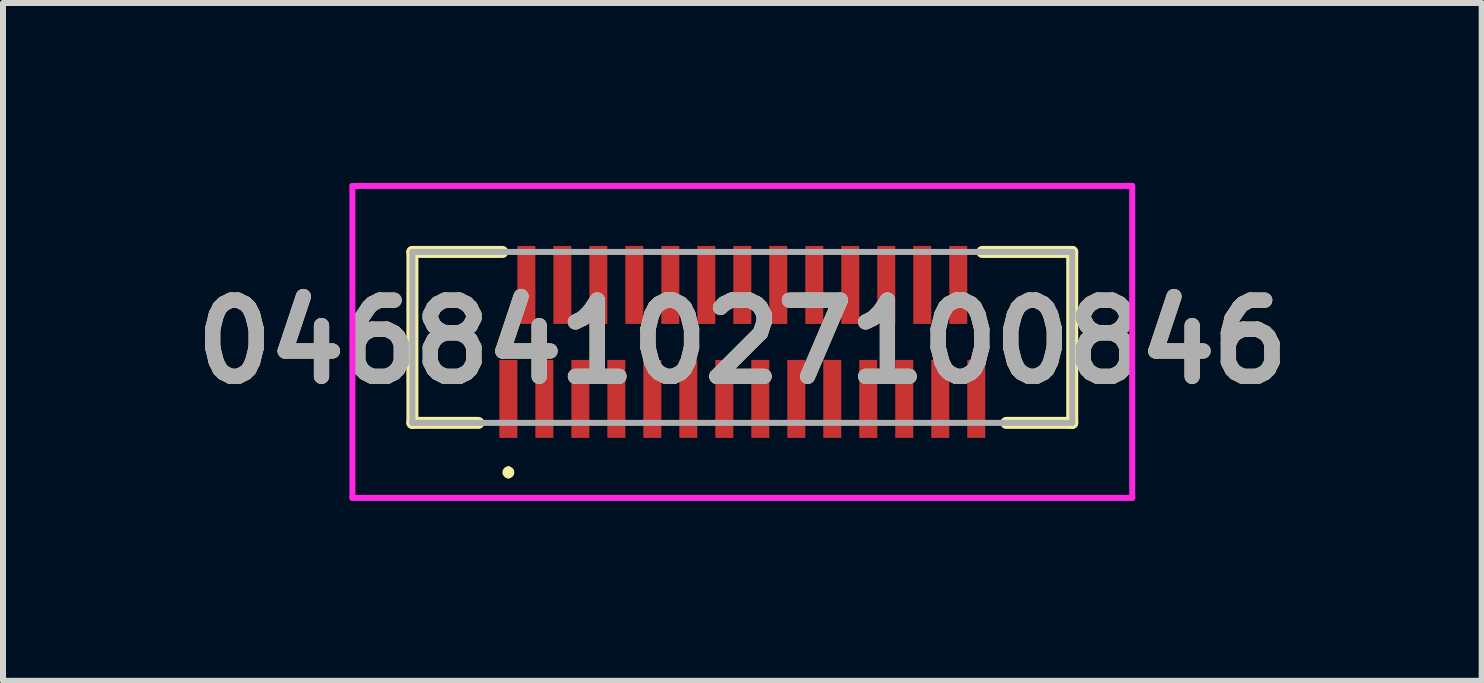
<source format=kicad_pcb>
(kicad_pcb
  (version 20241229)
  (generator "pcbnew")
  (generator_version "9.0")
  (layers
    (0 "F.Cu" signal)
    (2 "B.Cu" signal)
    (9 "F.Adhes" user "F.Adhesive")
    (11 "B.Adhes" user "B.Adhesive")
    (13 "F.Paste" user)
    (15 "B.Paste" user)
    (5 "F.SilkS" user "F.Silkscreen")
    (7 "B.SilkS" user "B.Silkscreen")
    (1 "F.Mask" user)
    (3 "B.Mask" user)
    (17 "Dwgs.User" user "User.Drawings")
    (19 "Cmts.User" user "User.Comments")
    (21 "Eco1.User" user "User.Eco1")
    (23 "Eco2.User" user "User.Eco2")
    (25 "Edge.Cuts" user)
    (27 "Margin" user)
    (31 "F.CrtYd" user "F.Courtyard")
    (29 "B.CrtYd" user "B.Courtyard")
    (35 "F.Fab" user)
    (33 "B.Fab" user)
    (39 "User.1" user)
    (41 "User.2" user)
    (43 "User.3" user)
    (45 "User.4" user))
  (footprint "046841027100846"
    (layer "F.Cu")
    (at 9.325 2.575)
    (property "Reference" "046841027100846" (at 0 0.075 0) (layer "F.SilkS") (effects (font (size 1.27 1.27) (thickness 0.254))))
    (attr smd)
    (fp_line (start -5.5 -1.425) (end -4 -1.425) (stroke (width 0.2) (type solid)) (layer "F.SilkS"))
    (fp_line (start -5.5 1.425) (end -5.5 -1.425) (stroke (width 0.2) (type solid)) (layer "F.SilkS"))
    (fp_line (start -4.4 1.425) (end -5.5 1.425) (stroke (width 0.2) (type solid)) (layer "F.SilkS"))
    (fp_line (start -3.9 2.2) (end -3.9 2.2) (stroke (width 0.1) (type solid)) (layer "F.SilkS"))
    (fp_line (start -3.9 2.3) (end -3.9 2.3) (stroke (width 0.1) (type solid)) (layer "F.SilkS"))
    (fp_line (start 4 -1.425) (end 5.5 -1.425) (stroke (width 0.2) (type solid)) (layer "F.SilkS"))
    (fp_line (start 5.5 -1.425) (end 5.5 1.425) (stroke (width 0.2) (type solid)) (layer "F.SilkS"))
    (fp_line (start 5.5 1.425) (end 4.4 1.425) (stroke (width 0.2) (type solid)) (layer "F.SilkS"))
    (fp_arc (start -3.9 2.2) (mid -3.85 2.25) (end -3.9 2.3) (stroke (width 0.1) (type solid)) (layer "F.SilkS"))
    (fp_arc (start -3.9 2.3) (mid -3.95 2.25) (end -3.9 2.2) (stroke (width 0.1) (type solid)) (layer "F.SilkS"))
    (fp_line (start -6.5 -2.525) (end 6.5 -2.525) (stroke (width 0.1) (type solid)) (layer "F.CrtYd"))
    (fp_line (start -6.5 2.675) (end -6.5 -2.525) (stroke (width 0.1) (type solid)) (layer "F.CrtYd"))
    (fp_line (start 6.5 -2.525) (end 6.5 2.675) (stroke (width 0.1) (type solid)) (layer "F.CrtYd"))
    (fp_line (start 6.5 2.675) (end -6.5 2.675) (stroke (width 0.1) (type solid)) (layer "F.CrtYd"))
    (fp_line (start -5.5 -1.425) (end 5.5 -1.425) (stroke (width 0.1) (type solid)) (layer "F.Fab"))
    (fp_line (start -5.5 1.425) (end -5.5 -1.425) (stroke (width 0.1) (type solid)) (layer "F.Fab"))
    (fp_line (start 5.5 -1.425) (end 5.5 1.425) (stroke (width 0.1) (type solid)) (layer "F.Fab"))
    (fp_line (start 5.5 1.425) (end -5.5 1.425) (stroke (width 0.1) (type solid)) (layer "F.Fab"))
    (fp_text user "${REFERENCE}" (at 0 0.075 0) (layer "F.Fab") (effects (font (size 1.27 1.27) (thickness 0.254))))
    (pad "1" smd rect (at -3.9 1.025) (size 0.3 1.3) (layers "F.Cu" "F.Mask" "F.Paste"))
    (pad "2" smd rect (at -3.6 -0.875) (size 0.3 1.3) (layers "F.Cu" "F.Mask" "F.Paste"))
    (pad "3" smd rect (at -3.3 1.025) (size 0.3 1.3) (layers "F.Cu" "F.Mask" "F.Paste"))
    (pad "4" smd rect (at -3 -0.875) (size 0.3 1.3) (layers "F.Cu" "F.Mask" "F.Paste"))
    (pad "5" smd rect (at -2.7 1.025) (size 0.3 1.3) (layers "F.Cu" "F.Mask" "F.Paste"))
    (pad "6" smd rect (at -2.4 -0.875) (size 0.3 1.3) (layers "F.Cu" "F.Mask" "F.Paste"))
    (pad "7" smd rect (at -2.1 1.025) (size 0.3 1.3) (layers "F.Cu" "F.Mask" "F.Paste"))
    (pad "8" smd rect (at -1.8 -0.875) (size 0.3 1.3) (layers "F.Cu" "F.Mask" "F.Paste"))
    (pad "9" smd rect (at -1.5 1.025) (size 0.3 1.3) (layers "F.Cu" "F.Mask" "F.Paste"))
    (pad "10" smd rect (at -1.2 -0.875) (size 0.3 1.3) (layers "F.Cu" "F.Mask" "F.Paste"))
    (pad "11" smd rect (at -0.9 1.025) (size 0.3 1.3) (layers "F.Cu" "F.Mask" "F.Paste"))
    (pad "12" smd rect (at -0.6 -0.875) (size 0.3 1.3) (layers "F.Cu" "F.Mask" "F.Paste"))
    (pad "13" smd rect (at -0.3 1.025) (size 0.3 1.3) (layers "F.Cu" "F.Mask" "F.Paste"))
    (pad "14" smd rect (at 0 -0.875) (size 0.3 1.3) (layers "F.Cu" "F.Mask" "F.Paste"))
    (pad "15" smd rect (at 0.3 1.025) (size 0.3 1.3) (layers "F.Cu" "F.Mask" "F.Paste"))
    (pad "16" smd rect (at 0.6 -0.875) (size 0.3 1.3) (layers "F.Cu" "F.Mask" "F.Paste"))
    (pad "17" smd rect (at 0.9 1.025) (size 0.3 1.3) (layers "F.Cu" "F.Mask" "F.Paste"))
    (pad "18" smd rect (at 1.2 -0.875) (size 0.3 1.3) (layers "F.Cu" "F.Mask" "F.Paste"))
    (pad "19" smd rect (at 1.5 1.025) (size 0.3 1.3) (layers "F.Cu" "F.Mask" "F.Paste"))
    (pad "20" smd rect (at 1.8 -0.875) (size 0.3 1.3) (layers "F.Cu" "F.Mask" "F.Paste"))
    (pad "21" smd rect (at 2.1 1.025) (size 0.3 1.3) (layers "F.Cu" "F.Mask" "F.Paste"))
    (pad "22" smd rect (at 2.4 -0.875) (size 0.3 1.3) (layers "F.Cu" "F.Mask" "F.Paste"))
    (pad "23" smd rect (at 2.7 1.025) (size 0.3 1.3) (layers "F.Cu" "F.Mask" "F.Paste"))
    (pad "24" smd rect (at 3 -0.875) (size 0.3 1.3) (layers "F.Cu" "F.Mask" "F.Paste"))
    (pad "25" smd rect (at 3.3 1.025) (size 0.3 1.3) (layers "F.Cu" "F.Mask" "F.Paste"))
    (pad "26" smd rect (at 3.6 -0.875) (size 0.3 1.3) (layers "F.Cu" "F.Mask" "F.Paste"))
    (pad "27" smd rect (at 3.9 1.025) (size 0.3 1.3) (layers "F.Cu" "F.Mask" "F.Paste")))
  (gr_rect
    (start -3 -3)
    (end 21.651 8.3)
    (stroke (width 0.1) (type default))
    (fill no)
    (layer "Edge.Cuts")))
</source>
